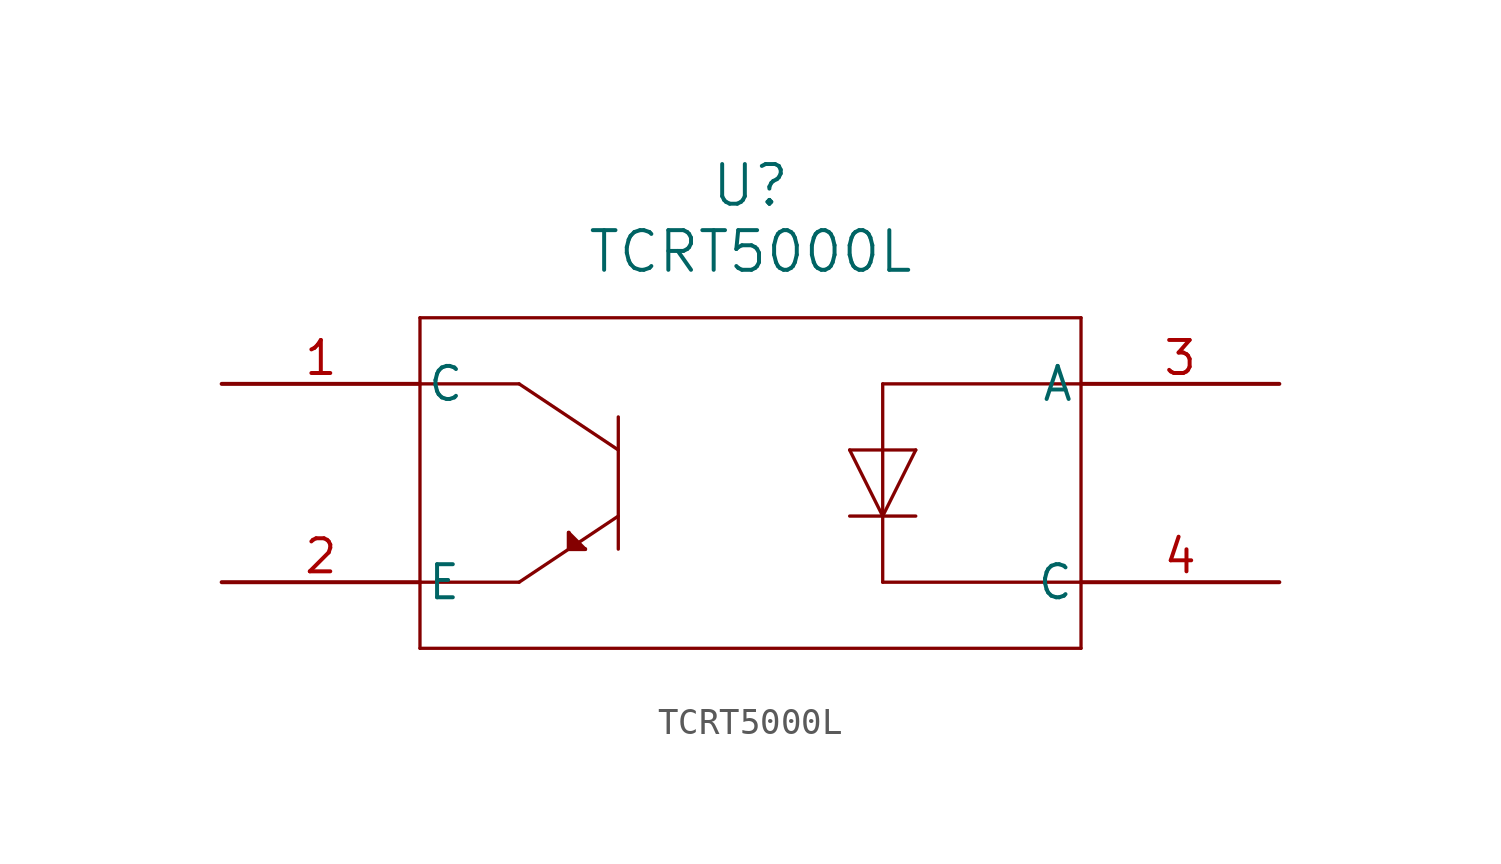
<source format=kicad_sym>
(kicad_symbol_lib
  (version 20220914)
  (generator kicad_symbol_editor)
  (symbol "TCRT5000L"
    (pin_names
      (offset 0.254))
    (property "Reference" "U"
      (at 20.32 7.62 0)
      (effects (font (size 1.524 1.524))))
    (property "Value" "TCRT5000L"
      (at 20.32 5.08 0)
      (effects (font (size 1.524 1.524))))
    (property "ki_locked" ""
      (at 0 0 0)
      (effects (font (size 1.27 1.27))))
    (symbol "TCRT5000L_0_1"
      (polyline (pts (xy 7.62 -10.16) (xy 33.02 -10.16)) (stroke (width 0.127) (type default)) (fill (type none)))
      (polyline (pts (xy 7.62 -7.62) (xy 11.43 -7.62)) (stroke (width 0.127) (type default)) (fill (type none)))
      (polyline (pts (xy 7.62 0) (xy 11.43 0)) (stroke (width 0.127) (type default)) (fill (type none)))
      (polyline (pts (xy 7.62 2.54) (xy 7.62 -10.16)) (stroke (width 0.127) (type default)) (fill (type none)))
      (polyline (pts (xy 11.43 -7.62) (xy 15.24 -5.08)) (stroke (width 0.127) (type default)) (fill (type none)))
      (polyline (pts (xy 11.43 0) (xy 15.24 -2.54)) (stroke (width 0.127) (type default)) (fill (type none)))
      (polyline (pts (xy 13.335 -6.35) (xy 13.335 -5.715)) (stroke (width 0.127) (type default)) (fill (type none)))
      (polyline (pts (xy 13.335 -6.35) (xy 13.97 -6.35)) (stroke (width 0.127) (type default)) (fill (type none)))
      (polyline (pts (xy 13.97 -6.35) (xy 13.335 -5.715)) (stroke (width 0.127) (type default)) (fill (type none)))
      (polyline (pts (xy 15.24 -1.27) (xy 15.24 -6.35)) (stroke (width 0.127) (type default)) (fill (type none)))
      (polyline (pts (xy 24.13 -5.08) (xy 26.67 -5.08)) (stroke (width 0.127) (type default)) (fill (type none)))
      (polyline (pts (xy 24.13 -2.54) (xy 25.4 -5.08)) (stroke (width 0.127) (type default)) (fill (type none)))
      (polyline (pts (xy 24.13 -2.54) (xy 26.67 -2.54)) (stroke (width 0.127) (type default)) (fill (type none)))
      (polyline (pts (xy 25.4 -7.62) (xy 25.4 0)) (stroke (width 0.127) (type default)) (fill (type none)))
      (polyline (pts (xy 25.4 -5.08) (xy 26.67 -2.54)) (stroke (width 0.127) (type default)) (fill (type none)))
      (polyline (pts (xy 33.02 -10.16) (xy 33.02 2.54)) (stroke (width 0.127) (type default)) (fill (type none)))
      (polyline (pts (xy 33.02 -7.62) (xy 25.4 -7.62)) (stroke (width 0.127) (type default)) (fill (type none)))
      (polyline (pts (xy 33.02 0) (xy 25.4 0)) (stroke (width 0.127) (type default)) (fill (type none)))
      (polyline (pts (xy 33.02 2.54) (xy 7.62 2.54)) (stroke (width 0.127) (type default)) (fill (type none)))
      (polyline (pts (xy 13.335 -5.715) (xy 13.335 -6.35) (xy 13.97 -6.35)) (stroke (width 0) (type default)) (fill (type outline)))
      (pin unspecified line (at 0 0 0) (length 7.62) (name "C" (effects (font (size 1.27 1.27)))) (number "1" (effects (font (size 1.27 1.27)))))
      (pin unspecified line (at 0 -7.62 0) (length 7.62) (name "E" (effects (font (size 1.27 1.27)))) (number "2" (effects (font (size 1.27 1.27)))))
      (pin unspecified line (at 40.64 0 180) (length 7.62) (name "A" (effects (font (size 1.27 1.27)))) (number "3" (effects (font (size 1.27 1.27)))))
      (pin unspecified line (at 40.64 -7.62 180) (length 7.62) (name "C" (effects (font (size 1.27 1.27)))) (number "4" (effects (font (size 1.27 1.27))))))))
</source>
